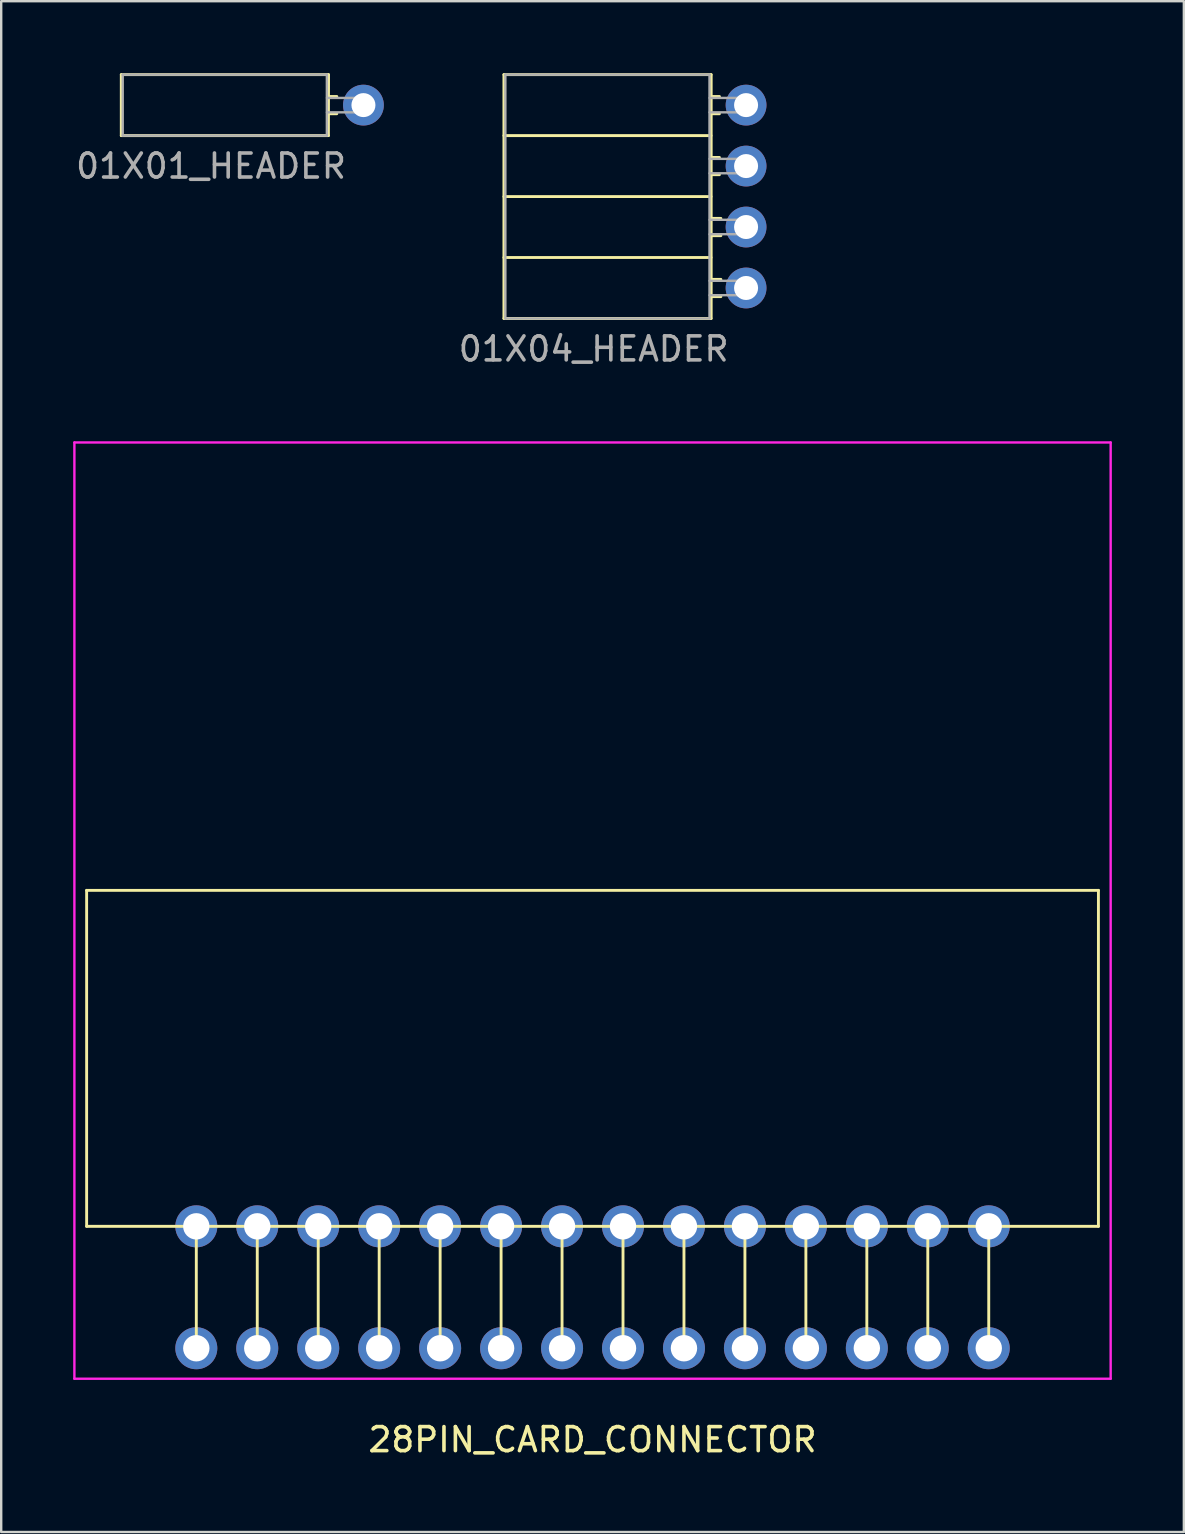
<source format=kicad_pcb>
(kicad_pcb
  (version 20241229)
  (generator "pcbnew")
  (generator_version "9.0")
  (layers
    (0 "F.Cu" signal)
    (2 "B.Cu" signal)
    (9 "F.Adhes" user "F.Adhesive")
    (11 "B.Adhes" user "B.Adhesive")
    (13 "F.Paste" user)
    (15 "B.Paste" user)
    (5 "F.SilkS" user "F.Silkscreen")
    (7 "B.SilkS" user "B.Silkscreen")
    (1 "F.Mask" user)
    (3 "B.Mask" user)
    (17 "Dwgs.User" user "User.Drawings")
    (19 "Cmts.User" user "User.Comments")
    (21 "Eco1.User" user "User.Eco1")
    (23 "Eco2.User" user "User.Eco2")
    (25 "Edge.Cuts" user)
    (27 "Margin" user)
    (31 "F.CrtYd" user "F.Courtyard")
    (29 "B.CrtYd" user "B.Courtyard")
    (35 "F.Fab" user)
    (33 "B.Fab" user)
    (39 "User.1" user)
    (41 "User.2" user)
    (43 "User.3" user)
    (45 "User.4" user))
  (footprint "01X01_HEADER"
    (layer "F.Cu")
    (at 12.094 1.33)
    (property "Reference" "01X01_HEADER" (at -6.35 2.54 180) (layer "F.Fab") (effects (font (size 1 1) (thickness 0.15))))
    (attr through_hole)
    (fp_line (start -10.09 -1.27) (end -1.46 -1.27) (stroke (width 0.12) (type solid)) (layer "F.SilkS"))
    (fp_line (start -10.09 1.27) (end -10.09 -1.27) (stroke (width 0.12) (type solid)) (layer "F.SilkS"))
    (fp_line (start -10.09 1.27) (end -1.46 1.27) (stroke (width 0.12) (type solid)) (layer "F.SilkS"))
    (fp_line (start -1.46 -0.36) (end -1.11 -0.36) (stroke (width 0.12) (type solid)) (layer "F.SilkS"))
    (fp_line (start -1.46 0.36) (end -1.11 0.36) (stroke (width 0.12) (type solid)) (layer "F.SilkS"))
    (fp_line (start -1.46 1.27) (end -1.454 -1.27) (stroke (width 0.12) (type solid)) (layer "F.SilkS"))
    (fp_line (start 0 -0.3) (end 0 0.3) (stroke (width 0.1) (type solid)) (layer "B.Fab"))
    (fp_line (start -10.03 -1.27) (end -1.524 -1.27) (stroke (width 0.1) (type solid)) (layer "F.Fab"))
    (fp_line (start -10.03 1.27) (end -10.03 -1.27) (stroke (width 0.1) (type solid)) (layer "F.Fab"))
    (fp_line (start -10.03 1.27) (end -1.524 1.27) (stroke (width 0.1) (type solid)) (layer "F.Fab"))
    (fp_line (start -1.524 1.27) (end -1.524 -1.27) (stroke (width 0.1) (type solid)) (layer "F.Fab"))
    (fp_line (start -1.52 -0.3) (end 0 -0.3) (stroke (width 0.1) (type solid)) (layer "F.Fab"))
    (fp_line (start 0 0.3) (end -1.52 0.3) (stroke (width 0.1) (type solid)) (layer "F.Fab"))
    (pad "1" thru_hole oval (at 0 0 180) (size 1.7 1.7) (drill 1) (layers "*.Cu" "*.Mask")))
  (footprint "28PIN_CARD_CONNECTOR"
    (layer "F.Cu")
    (at 21.64 53.13)
    (property "Reference" "28PIN_CARD_CONNECTOR" (at 0 3.81 0) (layer "F.SilkS") (effects (font (size 1 1) (thickness 0.15))))
    (attr through_hole)
    (fp_line (start -21.08 -19.08) (end 21.08 -19.08) (stroke (width 0.12) (type solid)) (layer "F.SilkS"))
    (fp_line (start -21.08 -5.08) (end -21.08 -19.08) (stroke (width 0.12) (type solid)) (layer "F.SilkS"))
    (fp_line (start -21.08 -5.08) (end 21.08 -5.08) (stroke (width 0.12) (type solid)) (layer "F.SilkS"))
    (fp_line (start -16.51 0) (end -16.51 -5.08) (stroke (width 0.12) (type solid)) (layer "F.SilkS"))
    (fp_line (start -13.97 0) (end -13.97 -5.08) (stroke (width 0.12) (type solid)) (layer "F.SilkS"))
    (fp_line (start -11.43 0) (end -11.43 -5.08) (stroke (width 0.12) (type solid)) (layer "F.SilkS"))
    (fp_line (start -8.89 0) (end -8.89 -5.08) (stroke (width 0.12) (type solid)) (layer "F.SilkS"))
    (fp_line (start -6.35 0) (end -6.35 -5.08) (stroke (width 0.12) (type solid)) (layer "F.SilkS"))
    (fp_line (start -3.81 0) (end -3.81 -5.08) (stroke (width 0.12) (type solid)) (layer "F.SilkS"))
    (fp_line (start -1.27 0) (end -1.27 -5.08) (stroke (width 0.12) (type solid)) (layer "F.SilkS"))
    (fp_line (start 1.27 0) (end 1.27 -5.08) (stroke (width 0.12) (type solid)) (layer "F.SilkS"))
    (fp_line (start 3.81 0) (end 3.81 -5.08) (stroke (width 0.12) (type solid)) (layer "F.SilkS"))
    (fp_line (start 6.35 0) (end 6.35 -5.08) (stroke (width 0.12) (type solid)) (layer "F.SilkS"))
    (fp_line (start 8.89 0) (end 8.89 -5.08) (stroke (width 0.12) (type solid)) (layer "F.SilkS"))
    (fp_line (start 11.43 0) (end 11.43 -5.08) (stroke (width 0.12) (type solid)) (layer "F.SilkS"))
    (fp_line (start 13.97 0) (end 13.97 -5.08) (stroke (width 0.12) (type solid)) (layer "F.SilkS"))
    (fp_line (start 16.51 0) (end 16.51 -5.08) (stroke (width 0.12) (type solid)) (layer "F.SilkS"))
    (fp_line (start 21.08 -5.08) (end 21.08 -19.08) (stroke (width 0.12) (type solid)) (layer "F.SilkS"))
    (fp_line (start -21.59 -37.742) (end -21.59 1.27) (stroke (width 0.1) (type solid)) (layer "F.CrtYd"))
    (fp_line (start 21.59 -37.742) (end -21.59 -37.742) (stroke (width 0.1) (type solid)) (layer "F.CrtYd"))
    (fp_line (start 21.59 -37.742) (end 21.59 1.27) (stroke (width 0.1) (type solid)) (layer "F.CrtYd"))
    (fp_line (start 21.59 1.27) (end -21.59 1.27) (stroke (width 0.1) (type solid)) (layer "F.CrtYd"))
    (pad "1" thru_hole circle (at -16.51 0 270) (size 1.75 1.75) (drill 1.1) (layers "*.Cu" "*.Mask"))
    (pad "2" thru_hole circle (at -13.97 0 270) (size 1.75 1.75) (drill 1.1) (layers "*.Cu" "*.Mask"))
    (pad "3" thru_hole circle (at -11.43 0 270) (size 1.75 1.75) (drill 1.1) (layers "*.Cu" "*.Mask"))
    (pad "4" thru_hole circle (at -8.89 0 270) (size 1.75 1.75) (drill 1.1) (layers "*.Cu" "*.Mask"))
    (pad "5" thru_hole circle (at -6.35 0 270) (size 1.75 1.75) (drill 1.1) (layers "*.Cu" "*.Mask"))
    (pad "6" thru_hole circle (at -3.81 0 270) (size 1.75 1.75) (drill 1.1) (layers "*.Cu" "*.Mask"))
    (pad "7" thru_hole circle (at -1.27 0 270) (size 1.75 1.75) (drill 1.1) (layers "*.Cu" "*.Mask"))
    (pad "8" thru_hole circle (at 1.27 0 270) (size 1.75 1.75) (drill 1.1) (layers "*.Cu" "*.Mask"))
    (pad "9" thru_hole circle (at 3.81 0 270) (size 1.75 1.75) (drill 1.1) (layers "*.Cu" "*.Mask"))
    (pad "10" thru_hole circle (at 6.35 0 270) (size 1.75 1.75) (drill 1.1) (layers "*.Cu" "*.Mask"))
    (pad "11" thru_hole circle (at 8.89 0 270) (size 1.75 1.75) (drill 1.1) (layers "*.Cu" "*.Mask"))
    (pad "12" thru_hole circle (at 11.43 0 270) (size 1.75 1.75) (drill 1.1) (layers "*.Cu" "*.Mask"))
    (pad "13" thru_hole circle (at 13.97 0 270) (size 1.75 1.75) (drill 1.1) (layers "*.Cu" "*.Mask"))
    (pad "14" thru_hole circle (at 16.51 0 270) (size 1.75 1.75) (drill 1.1) (layers "*.Cu" "*.Mask"))
    (pad "15" thru_hole circle (at 16.51 -5.08 270) (size 1.75 1.75) (drill 1.1) (layers "*.Cu" "*.Mask"))
    (pad "16" thru_hole circle (at 13.97 -5.08 270) (size 1.75 1.75) (drill 1.1) (layers "*.Cu" "*.Mask"))
    (pad "17" thru_hole circle (at 11.43 -5.08 270) (size 1.75 1.75) (drill 1.1) (layers "*.Cu" "*.Mask"))
    (pad "18" thru_hole circle (at 8.89 -5.08 270) (size 1.75 1.75) (drill 1.1) (layers "*.Cu" "*.Mask"))
    (pad "19" thru_hole circle (at 6.35 -5.08 270) (size 1.75 1.75) (drill 1.1) (layers "*.Cu" "*.Mask"))
    (pad "20" thru_hole circle (at 3.81 -5.08 270) (size 1.75 1.75) (drill 1.1) (layers "*.Cu" "*.Mask"))
    (pad "21" thru_hole circle (at 1.27 -5.08 270) (size 1.75 1.75) (drill 1.1) (layers "*.Cu" "*.Mask"))
    (pad "22" thru_hole circle (at -1.27 -5.08 270) (size 1.75 1.75) (drill 1.1) (layers "*.Cu" "*.Mask"))
    (pad "23" thru_hole circle (at -3.81 -5.08 270) (size 1.75 1.75) (drill 1.1) (layers "*.Cu" "*.Mask"))
    (pad "24" thru_hole circle (at -6.35 -5.08 270) (size 1.75 1.75) (drill 1.1) (layers "*.Cu" "*.Mask"))
    (pad "25" thru_hole circle (at -8.89 -5.08 270) (size 1.75 1.75) (drill 1.1) (layers "*.Cu" "*.Mask"))
    (pad "26" thru_hole circle (at -11.43 -5.08 270) (size 1.75 1.75) (drill 1.1) (layers "*.Cu" "*.Mask"))
    (pad "27" thru_hole circle (at -13.97 -5.08 270) (size 1.75 1.75) (drill 1.1) (layers "*.Cu" "*.Mask"))
    (pad "28" thru_hole circle (at -16.51 -5.08 270) (size 1.75 1.75) (drill 1.1) (layers "*.Cu" "*.Mask")))
  (footprint "01X04_HEADER"
    (layer "F.Cu")
    (at 28.038 5.14)
    (property "Reference" "01X04_HEADER" (at -6.35 6.35 180) (layer "F.Fab") (effects (font (size 1 1) (thickness 0.15))))
    (attr through_hole)
    (fp_line (start -10.09 -5.08) (end -1.46 -5.08) (stroke (width 0.12) (type solid)) (layer "F.SilkS"))
    (fp_line (start -10.09 -2.54) (end -1.46 -2.54) (stroke (width 0.12) (type solid)) (layer "F.SilkS"))
    (fp_line (start -10.09 0) (end -1.46 0) (stroke (width 0.12) (type solid)) (layer "F.SilkS"))
    (fp_line (start -10.09 2.54) (end -1.46 2.54) (stroke (width 0.12) (type solid)) (layer "F.SilkS"))
    (fp_line (start -10.09 5.08) (end -10.09 -5.08) (stroke (width 0.12) (type solid)) (layer "F.SilkS"))
    (fp_line (start -10.09 5.08) (end -1.46 5.08) (stroke (width 0.12) (type solid)) (layer "F.SilkS"))
    (fp_line (start -1.46 -4.17) (end -1.11 -4.17) (stroke (width 0.12) (type solid)) (layer "F.SilkS"))
    (fp_line (start -1.46 -3.45) (end -1.11 -3.45) (stroke (width 0.12) (type solid)) (layer "F.SilkS"))
    (fp_line (start -1.46 -1.63) (end -1.11 -1.63) (stroke (width 0.12) (type solid)) (layer "F.SilkS"))
    (fp_line (start -1.46 -0.91) (end -1.11 -0.91) (stroke (width 0.12) (type solid)) (layer "F.SilkS"))
    (fp_line (start -1.46 0.91) (end -1.05 0.91) (stroke (width 0.12) (type solid)) (layer "F.SilkS"))
    (fp_line (start -1.46 1.63) (end -1.05 1.63) (stroke (width 0.12) (type solid)) (layer "F.SilkS"))
    (fp_line (start -1.46 3.45) (end -1.05 3.45) (stroke (width 0.12) (type solid)) (layer "F.SilkS"))
    (fp_line (start -1.46 4.17) (end -1.05 4.17) (stroke (width 0.12) (type solid)) (layer "F.SilkS"))
    (fp_line (start -1.454 5.08) (end -1.454 -5.08) (stroke (width 0.12) (type solid)) (layer "F.SilkS"))
    (fp_line (start 0 -4.11) (end 0 -3.51) (stroke (width 0.1) (type solid)) (layer "B.Fab"))
    (fp_line (start 0 -1.57) (end 0 -0.97) (stroke (width 0.1) (type solid)) (layer "B.Fab"))
    (fp_line (start 0 0.97) (end 0 1.57) (stroke (width 0.1) (type solid)) (layer "B.Fab"))
    (fp_line (start 0 3.51) (end 0 4.11) (stroke (width 0.1) (type solid)) (layer "B.Fab"))
    (fp_line (start -10.03 -5.08) (end -1.524 -5.08) (stroke (width 0.1) (type solid)) (layer "F.Fab"))
    (fp_line (start -10.03 5.08) (end -10.03 -5.08) (stroke (width 0.1) (type solid)) (layer "F.Fab"))
    (fp_line (start -10.03 5.08) (end -1.524 5.08) (stroke (width 0.1) (type solid)) (layer "F.Fab"))
    (fp_line (start -1.524 5.08) (end -1.524 -5.08) (stroke (width 0.1) (type solid)) (layer "F.Fab"))
    (fp_line (start -1.52 -4.11) (end 0 -4.11) (stroke (width 0.1) (type solid)) (layer "F.Fab"))
    (fp_line (start -1.52 -1.57) (end 0 -1.57) (stroke (width 0.1) (type solid)) (layer "F.Fab"))
    (fp_line (start -1.52 0.97) (end 0 0.97) (stroke (width 0.1) (type solid)) (layer "F.Fab"))
    (fp_line (start -1.52 3.51) (end 0 3.51) (stroke (width 0.1) (type solid)) (layer "F.Fab"))
    (fp_line (start 0 -3.51) (end -1.52 -3.51) (stroke (width 0.1) (type solid)) (layer "F.Fab"))
    (fp_line (start 0 -0.97) (end -1.52 -0.97) (stroke (width 0.1) (type solid)) (layer "F.Fab"))
    (fp_line (start 0 1.57) (end -1.52 1.57) (stroke (width 0.1) (type solid)) (layer "F.Fab"))
    (fp_line (start 0 4.11) (end -1.52 4.11) (stroke (width 0.1) (type solid)) (layer "F.Fab"))
    (pad "1" thru_hole oval (at 0 -3.81 180) (size 1.7 1.7) (drill 1) (layers "*.Cu" "*.Mask"))
    (pad "2" thru_hole oval (at 0 -1.27 180) (size 1.7 1.7) (drill 1) (layers "*.Cu" "*.Mask"))
    (pad "3" thru_hole oval (at 0 1.27 180) (size 1.7 1.7) (drill 1) (layers "*.Cu" "*.Mask"))
    (pad "4" thru_hole oval (at 0 3.81 180) (size 1.7 1.7) (drill 1) (layers "*.Cu" "*.Mask")))
  (gr_rect
    (start -3 -3)
    (end 46.28 60.788)
    (stroke (width 0.1) (type default))
    (fill no)
    (layer "Edge.Cuts")))
</source>
